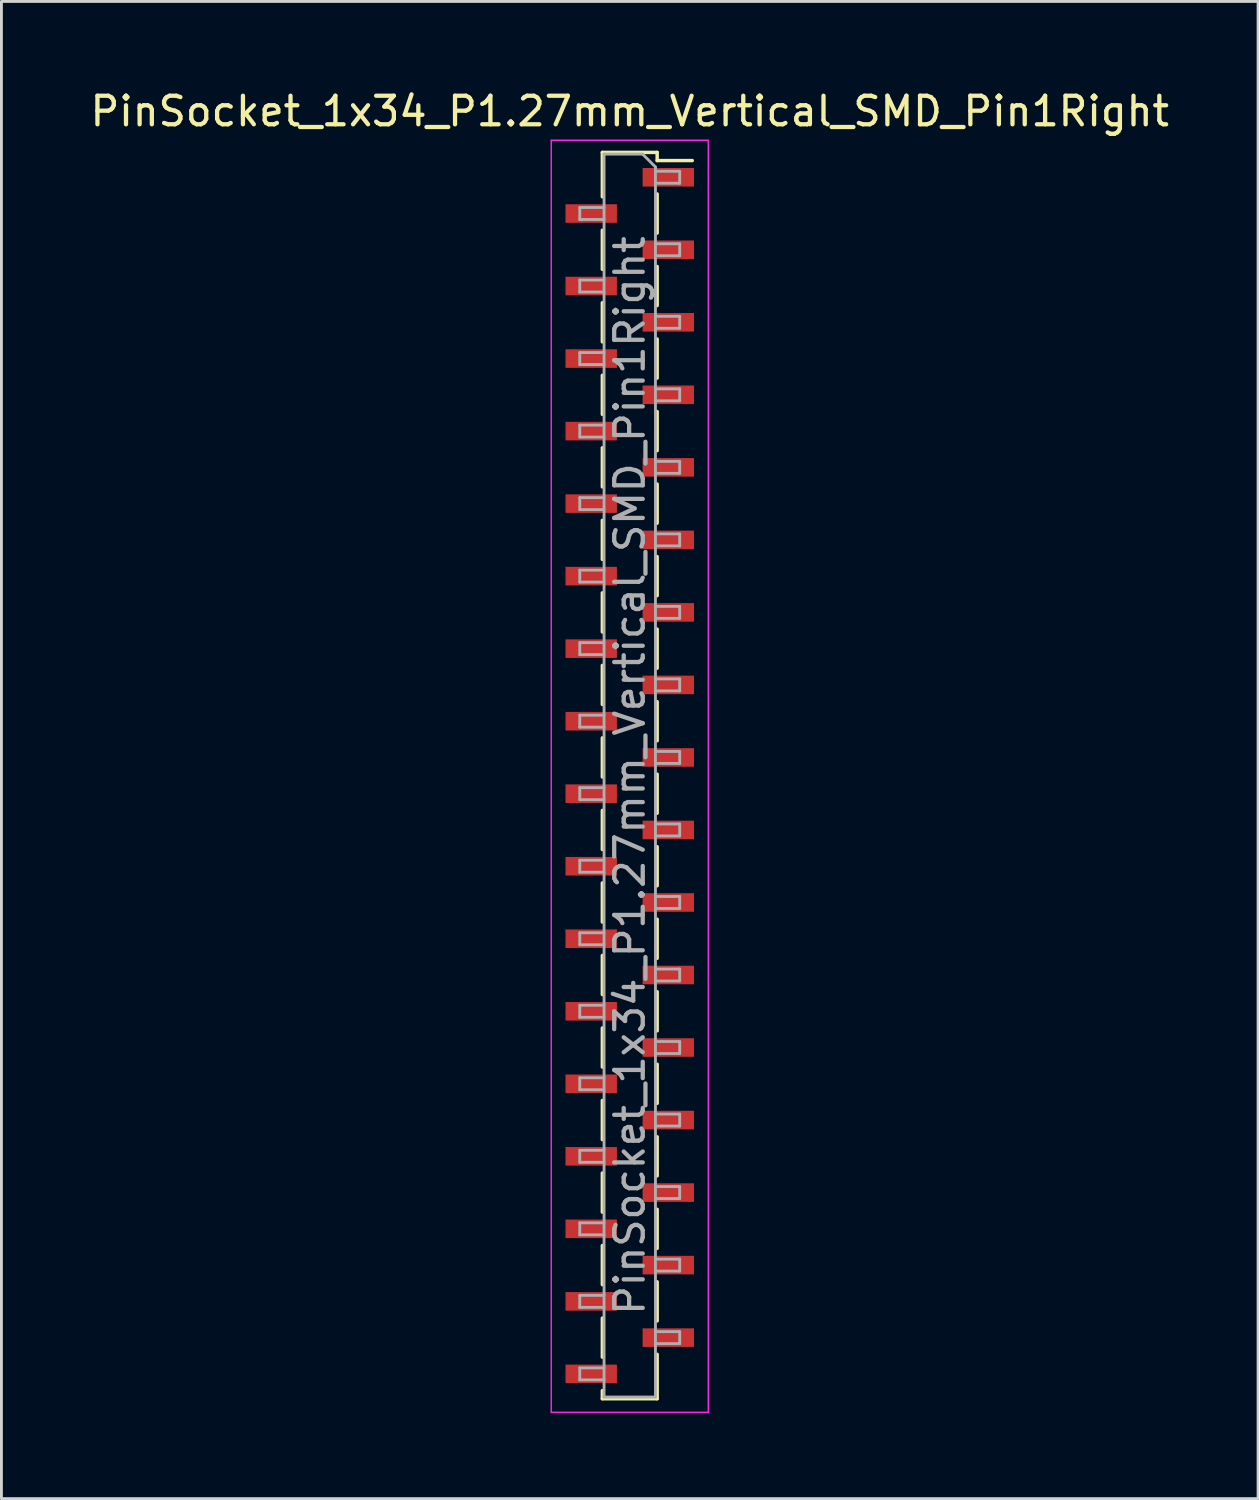
<source format=kicad_pcb>
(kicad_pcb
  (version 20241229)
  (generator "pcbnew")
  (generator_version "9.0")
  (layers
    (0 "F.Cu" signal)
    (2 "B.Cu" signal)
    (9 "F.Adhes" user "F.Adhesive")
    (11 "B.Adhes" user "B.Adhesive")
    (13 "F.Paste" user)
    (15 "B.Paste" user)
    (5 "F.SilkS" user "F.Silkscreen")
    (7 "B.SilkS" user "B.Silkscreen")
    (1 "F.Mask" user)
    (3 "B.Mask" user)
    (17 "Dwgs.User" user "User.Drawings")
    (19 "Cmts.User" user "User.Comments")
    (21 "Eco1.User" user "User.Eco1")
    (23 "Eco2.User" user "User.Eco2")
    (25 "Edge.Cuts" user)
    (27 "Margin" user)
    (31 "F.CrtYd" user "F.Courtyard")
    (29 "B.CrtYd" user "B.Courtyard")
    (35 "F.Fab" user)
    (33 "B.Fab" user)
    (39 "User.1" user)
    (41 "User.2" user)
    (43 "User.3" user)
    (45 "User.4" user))
  (footprint "PinSocket_1x34_P1.27mm_Vertical_SMD_Pin1Right"
    (layer "F.Cu")
    (at 19.006 24.113)
    (property "Reference" "PinSocket_1x34_P1.27mm_Vertical_SMD_Pin1Right" (at 0 -23.265 0) (layer "F.SilkS") (effects (font (size 1 1) (thickness 0.15))))
    (attr smd)
    (fp_line (start -0.96 -21.825) (end -0.96 -20.27) (stroke (width 0.12) (type solid)) (layer "F.SilkS"))
    (fp_line (start -0.96 -21.825) (end 0.96 -21.825) (stroke (width 0.12) (type solid)) (layer "F.SilkS"))
    (fp_line (start -0.96 -19.1) (end -0.96 -17.73) (stroke (width 0.12) (type solid)) (layer "F.SilkS"))
    (fp_line (start -0.96 -16.56) (end -0.96 -15.19) (stroke (width 0.12) (type solid)) (layer "F.SilkS"))
    (fp_line (start -0.96 -14.02) (end -0.96 -12.65) (stroke (width 0.12) (type solid)) (layer "F.SilkS"))
    (fp_line (start -0.96 -11.48) (end -0.96 -10.11) (stroke (width 0.12) (type solid)) (layer "F.SilkS"))
    (fp_line (start -0.96 -8.94) (end -0.96 -7.57) (stroke (width 0.12) (type solid)) (layer "F.SilkS"))
    (fp_line (start -0.96 -6.4) (end -0.96 -5.03) (stroke (width 0.12) (type solid)) (layer "F.SilkS"))
    (fp_line (start -0.96 -3.86) (end -0.96 -2.49) (stroke (width 0.12) (type solid)) (layer "F.SilkS"))
    (fp_line (start -0.96 -1.32) (end -0.96 0.05) (stroke (width 0.12) (type solid)) (layer "F.SilkS"))
    (fp_line (start -0.96 1.22) (end -0.96 2.59) (stroke (width 0.12) (type solid)) (layer "F.SilkS"))
    (fp_line (start -0.96 3.76) (end -0.96 5.13) (stroke (width 0.12) (type solid)) (layer "F.SilkS"))
    (fp_line (start -0.96 6.3) (end -0.96 7.67) (stroke (width 0.12) (type solid)) (layer "F.SilkS"))
    (fp_line (start -0.96 8.84) (end -0.96 10.21) (stroke (width 0.12) (type solid)) (layer "F.SilkS"))
    (fp_line (start -0.96 11.38) (end -0.96 12.75) (stroke (width 0.12) (type solid)) (layer "F.SilkS"))
    (fp_line (start -0.96 13.92) (end -0.96 15.29) (stroke (width 0.12) (type solid)) (layer "F.SilkS"))
    (fp_line (start -0.96 16.46) (end -0.96 17.83) (stroke (width 0.12) (type solid)) (layer "F.SilkS"))
    (fp_line (start -0.96 19) (end -0.96 20.37) (stroke (width 0.12) (type solid)) (layer "F.SilkS"))
    (fp_line (start -0.96 21.54) (end -0.96 21.825) (stroke (width 0.12) (type solid)) (layer "F.SilkS"))
    (fp_line (start -0.96 21.825) (end 0.96 21.825) (stroke (width 0.12) (type solid)) (layer "F.SilkS"))
    (fp_line (start 0.96 -21.825) (end 0.96 -21.54) (stroke (width 0.12) (type solid)) (layer "F.SilkS"))
    (fp_line (start 0.96 -21.54) (end 2.19 -21.54) (stroke (width 0.12) (type solid)) (layer "F.SilkS"))
    (fp_line (start 0.96 -20.37) (end 0.96 -19) (stroke (width 0.12) (type solid)) (layer "F.SilkS"))
    (fp_line (start 0.96 -17.83) (end 0.96 -16.46) (stroke (width 0.12) (type solid)) (layer "F.SilkS"))
    (fp_line (start 0.96 -15.29) (end 0.96 -13.92) (stroke (width 0.12) (type solid)) (layer "F.SilkS"))
    (fp_line (start 0.96 -12.75) (end 0.96 -11.38) (stroke (width 0.12) (type solid)) (layer "F.SilkS"))
    (fp_line (start 0.96 -10.21) (end 0.96 -8.84) (stroke (width 0.12) (type solid)) (layer "F.SilkS"))
    (fp_line (start 0.96 -7.67) (end 0.96 -6.3) (stroke (width 0.12) (type solid)) (layer "F.SilkS"))
    (fp_line (start 0.96 -5.13) (end 0.96 -3.76) (stroke (width 0.12) (type solid)) (layer "F.SilkS"))
    (fp_line (start 0.96 -2.59) (end 0.96 -1.22) (stroke (width 0.12) (type solid)) (layer "F.SilkS"))
    (fp_line (start 0.96 -0.05) (end 0.96 1.32) (stroke (width 0.12) (type solid)) (layer "F.SilkS"))
    (fp_line (start 0.96 2.49) (end 0.96 3.86) (stroke (width 0.12) (type solid)) (layer "F.SilkS"))
    (fp_line (start 0.96 5.03) (end 0.96 6.4) (stroke (width 0.12) (type solid)) (layer "F.SilkS"))
    (fp_line (start 0.96 7.57) (end 0.96 8.94) (stroke (width 0.12) (type solid)) (layer "F.SilkS"))
    (fp_line (start 0.96 10.11) (end 0.96 11.48) (stroke (width 0.12) (type solid)) (layer "F.SilkS"))
    (fp_line (start 0.96 12.65) (end 0.96 14.02) (stroke (width 0.12) (type solid)) (layer "F.SilkS"))
    (fp_line (start 0.96 15.19) (end 0.96 16.56) (stroke (width 0.12) (type solid)) (layer "F.SilkS"))
    (fp_line (start 0.96 17.73) (end 0.96 19.1) (stroke (width 0.12) (type solid)) (layer "F.SilkS"))
    (fp_line (start 0.96 20.27) (end 0.96 21.825) (stroke (width 0.12) (type solid)) (layer "F.SilkS"))
    (fp_line (start -2.75 -22.25) (end 2.75 -22.25) (stroke (width 0.05) (type solid)) (layer "F.CrtYd"))
    (fp_line (start -2.75 22.3) (end -2.75 -22.25) (stroke (width 0.05) (type solid)) (layer "F.CrtYd"))
    (fp_line (start 2.75 -22.25) (end 2.75 22.3) (stroke (width 0.05) (type solid)) (layer "F.CrtYd"))
    (fp_line (start 2.75 22.3) (end -2.75 22.3) (stroke (width 0.05) (type solid)) (layer "F.CrtYd"))
    (fp_line (start -1.75 -19.895) (end -0.9 -19.895) (stroke (width 0.1) (type solid)) (layer "F.Fab"))
    (fp_line (start -1.75 -19.475) (end -1.75 -19.895) (stroke (width 0.1) (type solid)) (layer "F.Fab"))
    (fp_line (start -1.75 -17.355) (end -0.9 -17.355) (stroke (width 0.1) (type solid)) (layer "F.Fab"))
    (fp_line (start -1.75 -16.935) (end -1.75 -17.355) (stroke (width 0.1) (type solid)) (layer "F.Fab"))
    (fp_line (start -1.75 -14.815) (end -0.9 -14.815) (stroke (width 0.1) (type solid)) (layer "F.Fab"))
    (fp_line (start -1.75 -14.395) (end -1.75 -14.815) (stroke (width 0.1) (type solid)) (layer "F.Fab"))
    (fp_line (start -1.75 -12.275) (end -0.9 -12.275) (stroke (width 0.1) (type solid)) (layer "F.Fab"))
    (fp_line (start -1.75 -11.855) (end -1.75 -12.275) (stroke (width 0.1) (type solid)) (layer "F.Fab"))
    (fp_line (start -1.75 -9.735) (end -0.9 -9.735) (stroke (width 0.1) (type solid)) (layer "F.Fab"))
    (fp_line (start -1.75 -9.315) (end -1.75 -9.735) (stroke (width 0.1) (type solid)) (layer "F.Fab"))
    (fp_line (start -1.75 -7.195) (end -0.9 -7.195) (stroke (width 0.1) (type solid)) (layer "F.Fab"))
    (fp_line (start -1.75 -6.775) (end -1.75 -7.195) (stroke (width 0.1) (type solid)) (layer "F.Fab"))
    (fp_line (start -1.75 -4.655) (end -0.9 -4.655) (stroke (width 0.1) (type solid)) (layer "F.Fab"))
    (fp_line (start -1.75 -4.235) (end -1.75 -4.655) (stroke (width 0.1) (type solid)) (layer "F.Fab"))
    (fp_line (start -1.75 -2.115) (end -0.9 -2.115) (stroke (width 0.1) (type solid)) (layer "F.Fab"))
    (fp_line (start -1.75 -1.695) (end -1.75 -2.115) (stroke (width 0.1) (type solid)) (layer "F.Fab"))
    (fp_line (start -1.75 0.425) (end -0.9 0.425) (stroke (width 0.1) (type solid)) (layer "F.Fab"))
    (fp_line (start -1.75 0.845) (end -1.75 0.425) (stroke (width 0.1) (type solid)) (layer "F.Fab"))
    (fp_line (start -1.75 2.965) (end -0.9 2.965) (stroke (width 0.1) (type solid)) (layer "F.Fab"))
    (fp_line (start -1.75 3.385) (end -1.75 2.965) (stroke (width 0.1) (type solid)) (layer "F.Fab"))
    (fp_line (start -1.75 5.505) (end -0.9 5.505) (stroke (width 0.1) (type solid)) (layer "F.Fab"))
    (fp_line (start -1.75 5.925) (end -1.75 5.505) (stroke (width 0.1) (type solid)) (layer "F.Fab"))
    (fp_line (start -1.75 8.045) (end -0.9 8.045) (stroke (width 0.1) (type solid)) (layer "F.Fab"))
    (fp_line (start -1.75 8.465) (end -1.75 8.045) (stroke (width 0.1) (type solid)) (layer "F.Fab"))
    (fp_line (start -1.75 10.585) (end -0.9 10.585) (stroke (width 0.1) (type solid)) (layer "F.Fab"))
    (fp_line (start -1.75 11.005) (end -1.75 10.585) (stroke (width 0.1) (type solid)) (layer "F.Fab"))
    (fp_line (start -1.75 13.125) (end -0.9 13.125) (stroke (width 0.1) (type solid)) (layer "F.Fab"))
    (fp_line (start -1.75 13.545) (end -1.75 13.125) (stroke (width 0.1) (type solid)) (layer "F.Fab"))
    (fp_line (start -1.75 15.665) (end -0.9 15.665) (stroke (width 0.1) (type solid)) (layer "F.Fab"))
    (fp_line (start -1.75 16.085) (end -1.75 15.665) (stroke (width 0.1) (type solid)) (layer "F.Fab"))
    (fp_line (start -1.75 18.205) (end -0.9 18.205) (stroke (width 0.1) (type solid)) (layer "F.Fab"))
    (fp_line (start -1.75 18.625) (end -1.75 18.205) (stroke (width 0.1) (type solid)) (layer "F.Fab"))
    (fp_line (start -1.75 20.745) (end -0.9 20.745) (stroke (width 0.1) (type solid)) (layer "F.Fab"))
    (fp_line (start -1.75 21.165) (end -1.75 20.745) (stroke (width 0.1) (type solid)) (layer "F.Fab"))
    (fp_line (start -0.9 -21.765) (end 0.45 -21.765) (stroke (width 0.1) (type solid)) (layer "F.Fab"))
    (fp_line (start -0.9 -19.475) (end -1.75 -19.475) (stroke (width 0.1) (type solid)) (layer "F.Fab"))
    (fp_line (start -0.9 -16.935) (end -1.75 -16.935) (stroke (width 0.1) (type solid)) (layer "F.Fab"))
    (fp_line (start -0.9 -14.395) (end -1.75 -14.395) (stroke (width 0.1) (type solid)) (layer "F.Fab"))
    (fp_line (start -0.9 -11.855) (end -1.75 -11.855) (stroke (width 0.1) (type solid)) (layer "F.Fab"))
    (fp_line (start -0.9 -9.315) (end -1.75 -9.315) (stroke (width 0.1) (type solid)) (layer "F.Fab"))
    (fp_line (start -0.9 -6.775) (end -1.75 -6.775) (stroke (width 0.1) (type solid)) (layer "F.Fab"))
    (fp_line (start -0.9 -4.235) (end -1.75 -4.235) (stroke (width 0.1) (type solid)) (layer "F.Fab"))
    (fp_line (start -0.9 -1.695) (end -1.75 -1.695) (stroke (width 0.1) (type solid)) (layer "F.Fab"))
    (fp_line (start -0.9 0.845) (end -1.75 0.845) (stroke (width 0.1) (type solid)) (layer "F.Fab"))
    (fp_line (start -0.9 3.385) (end -1.75 3.385) (stroke (width 0.1) (type solid)) (layer "F.Fab"))
    (fp_line (start -0.9 5.925) (end -1.75 5.925) (stroke (width 0.1) (type solid)) (layer "F.Fab"))
    (fp_line (start -0.9 8.465) (end -1.75 8.465) (stroke (width 0.1) (type solid)) (layer "F.Fab"))
    (fp_line (start -0.9 11.005) (end -1.75 11.005) (stroke (width 0.1) (type solid)) (layer "F.Fab"))
    (fp_line (start -0.9 13.545) (end -1.75 13.545) (stroke (width 0.1) (type solid)) (layer "F.Fab"))
    (fp_line (start -0.9 16.085) (end -1.75 16.085) (stroke (width 0.1) (type solid)) (layer "F.Fab"))
    (fp_line (start -0.9 18.625) (end -1.75 18.625) (stroke (width 0.1) (type solid)) (layer "F.Fab"))
    (fp_line (start -0.9 21.165) (end -1.75 21.165) (stroke (width 0.1) (type solid)) (layer "F.Fab"))
    (fp_line (start -0.9 21.765) (end -0.9 -21.765) (stroke (width 0.1) (type solid)) (layer "F.Fab"))
    (fp_line (start 0.45 -21.765) (end 0.9 -21.315) (stroke (width 0.1) (type solid)) (layer "F.Fab"))
    (fp_line (start 0.9 -21.315) (end 0.9 21.765) (stroke (width 0.1) (type solid)) (layer "F.Fab"))
    (fp_line (start 0.9 -21.165) (end 1.75 -21.165) (stroke (width 0.1) (type solid)) (layer "F.Fab"))
    (fp_line (start 0.9 -18.625) (end 1.75 -18.625) (stroke (width 0.1) (type solid)) (layer "F.Fab"))
    (fp_line (start 0.9 -16.085) (end 1.75 -16.085) (stroke (width 0.1) (type solid)) (layer "F.Fab"))
    (fp_line (start 0.9 -13.545) (end 1.75 -13.545) (stroke (width 0.1) (type solid)) (layer "F.Fab"))
    (fp_line (start 0.9 -11.005) (end 1.75 -11.005) (stroke (width 0.1) (type solid)) (layer "F.Fab"))
    (fp_line (start 0.9 -8.465) (end 1.75 -8.465) (stroke (width 0.1) (type solid)) (layer "F.Fab"))
    (fp_line (start 0.9 -5.925) (end 1.75 -5.925) (stroke (width 0.1) (type solid)) (layer "F.Fab"))
    (fp_line (start 0.9 -3.385) (end 1.75 -3.385) (stroke (width 0.1) (type solid)) (layer "F.Fab"))
    (fp_line (start 0.9 -0.845) (end 1.75 -0.845) (stroke (width 0.1) (type solid)) (layer "F.Fab"))
    (fp_line (start 0.9 1.695) (end 1.75 1.695) (stroke (width 0.1) (type solid)) (layer "F.Fab"))
    (fp_line (start 0.9 4.235) (end 1.75 4.235) (stroke (width 0.1) (type solid)) (layer "F.Fab"))
    (fp_line (start 0.9 6.775) (end 1.75 6.775) (stroke (width 0.1) (type solid)) (layer "F.Fab"))
    (fp_line (start 0.9 9.315) (end 1.75 9.315) (stroke (width 0.1) (type solid)) (layer "F.Fab"))
    (fp_line (start 0.9 11.855) (end 1.75 11.855) (stroke (width 0.1) (type solid)) (layer "F.Fab"))
    (fp_line (start 0.9 14.395) (end 1.75 14.395) (stroke (width 0.1) (type solid)) (layer "F.Fab"))
    (fp_line (start 0.9 16.935) (end 1.75 16.935) (stroke (width 0.1) (type solid)) (layer "F.Fab"))
    (fp_line (start 0.9 19.475) (end 1.75 19.475) (stroke (width 0.1) (type solid)) (layer "F.Fab"))
    (fp_line (start 0.9 21.765) (end -0.9 21.765) (stroke (width 0.1) (type solid)) (layer "F.Fab"))
    (fp_line (start 1.75 -21.165) (end 1.75 -20.745) (stroke (width 0.1) (type solid)) (layer "F.Fab"))
    (fp_line (start 1.75 -20.745) (end 0.9 -20.745) (stroke (width 0.1) (type solid)) (layer "F.Fab"))
    (fp_line (start 1.75 -18.625) (end 1.75 -18.205) (stroke (width 0.1) (type solid)) (layer "F.Fab"))
    (fp_line (start 1.75 -18.205) (end 0.9 -18.205) (stroke (width 0.1) (type solid)) (layer "F.Fab"))
    (fp_line (start 1.75 -16.085) (end 1.75 -15.665) (stroke (width 0.1) (type solid)) (layer "F.Fab"))
    (fp_line (start 1.75 -15.665) (end 0.9 -15.665) (stroke (width 0.1) (type solid)) (layer "F.Fab"))
    (fp_line (start 1.75 -13.545) (end 1.75 -13.125) (stroke (width 0.1) (type solid)) (layer "F.Fab"))
    (fp_line (start 1.75 -13.125) (end 0.9 -13.125) (stroke (width 0.1) (type solid)) (layer "F.Fab"))
    (fp_line (start 1.75 -11.005) (end 1.75 -10.585) (stroke (width 0.1) (type solid)) (layer "F.Fab"))
    (fp_line (start 1.75 -10.585) (end 0.9 -10.585) (stroke (width 0.1) (type solid)) (layer "F.Fab"))
    (fp_line (start 1.75 -8.465) (end 1.75 -8.045) (stroke (width 0.1) (type solid)) (layer "F.Fab"))
    (fp_line (start 1.75 -8.045) (end 0.9 -8.045) (stroke (width 0.1) (type solid)) (layer "F.Fab"))
    (fp_line (start 1.75 -5.925) (end 1.75 -5.505) (stroke (width 0.1) (type solid)) (layer "F.Fab"))
    (fp_line (start 1.75 -5.505) (end 0.9 -5.505) (stroke (width 0.1) (type solid)) (layer "F.Fab"))
    (fp_line (start 1.75 -3.385) (end 1.75 -2.965) (stroke (width 0.1) (type solid)) (layer "F.Fab"))
    (fp_line (start 1.75 -2.965) (end 0.9 -2.965) (stroke (width 0.1) (type solid)) (layer "F.Fab"))
    (fp_line (start 1.75 -0.845) (end 1.75 -0.425) (stroke (width 0.1) (type solid)) (layer "F.Fab"))
    (fp_line (start 1.75 -0.425) (end 0.9 -0.425) (stroke (width 0.1) (type solid)) (layer "F.Fab"))
    (fp_line (start 1.75 1.695) (end 1.75 2.115) (stroke (width 0.1) (type solid)) (layer "F.Fab"))
    (fp_line (start 1.75 2.115) (end 0.9 2.115) (stroke (width 0.1) (type solid)) (layer "F.Fab"))
    (fp_line (start 1.75 4.235) (end 1.75 4.655) (stroke (width 0.1) (type solid)) (layer "F.Fab"))
    (fp_line (start 1.75 4.655) (end 0.9 4.655) (stroke (width 0.1) (type solid)) (layer "F.Fab"))
    (fp_line (start 1.75 6.775) (end 1.75 7.195) (stroke (width 0.1) (type solid)) (layer "F.Fab"))
    (fp_line (start 1.75 7.195) (end 0.9 7.195) (stroke (width 0.1) (type solid)) (layer "F.Fab"))
    (fp_line (start 1.75 9.315) (end 1.75 9.735) (stroke (width 0.1) (type solid)) (layer "F.Fab"))
    (fp_line (start 1.75 9.735) (end 0.9 9.735) (stroke (width 0.1) (type solid)) (layer "F.Fab"))
    (fp_line (start 1.75 11.855) (end 1.75 12.275) (stroke (width 0.1) (type solid)) (layer "F.Fab"))
    (fp_line (start 1.75 12.275) (end 0.9 12.275) (stroke (width 0.1) (type solid)) (layer "F.Fab"))
    (fp_line (start 1.75 14.395) (end 1.75 14.815) (stroke (width 0.1) (type solid)) (layer "F.Fab"))
    (fp_line (start 1.75 14.815) (end 0.9 14.815) (stroke (width 0.1) (type solid)) (layer "F.Fab"))
    (fp_line (start 1.75 16.935) (end 1.75 17.355) (stroke (width 0.1) (type solid)) (layer "F.Fab"))
    (fp_line (start 1.75 17.355) (end 0.9 17.355) (stroke (width 0.1) (type solid)) (layer "F.Fab"))
    (fp_line (start 1.75 19.475) (end 1.75 19.895) (stroke (width 0.1) (type solid)) (layer "F.Fab"))
    (fp_line (start 1.75 19.895) (end 0.9 19.895) (stroke (width 0.1) (type solid)) (layer "F.Fab"))
    (fp_text user "${REFERENCE}" (at 0 0 90) (layer "F.Fab") (effects (font (size 1 1) (thickness 0.15))))
    (pad "1" smd rect (at 1.35 -20.955) (size 1.8 0.65) (layers "F.Cu" "F.Mask" "F.Paste"))
    (pad "2" smd rect (at -1.35 -19.685) (size 1.8 0.65) (layers "F.Cu" "F.Mask" "F.Paste"))
    (pad "3" smd rect (at 1.35 -18.415) (size 1.8 0.65) (layers "F.Cu" "F.Mask" "F.Paste"))
    (pad "4" smd rect (at -1.35 -17.145) (size 1.8 0.65) (layers "F.Cu" "F.Mask" "F.Paste"))
    (pad "5" smd rect (at 1.35 -15.875) (size 1.8 0.65) (layers "F.Cu" "F.Mask" "F.Paste"))
    (pad "6" smd rect (at -1.35 -14.605) (size 1.8 0.65) (layers "F.Cu" "F.Mask" "F.Paste"))
    (pad "7" smd rect (at 1.35 -13.335) (size 1.8 0.65) (layers "F.Cu" "F.Mask" "F.Paste"))
    (pad "8" smd rect (at -1.35 -12.065) (size 1.8 0.65) (layers "F.Cu" "F.Mask" "F.Paste"))
    (pad "9" smd rect (at 1.35 -10.795) (size 1.8 0.65) (layers "F.Cu" "F.Mask" "F.Paste"))
    (pad "10" smd rect (at -1.35 -9.525) (size 1.8 0.65) (layers "F.Cu" "F.Mask" "F.Paste"))
    (pad "11" smd rect (at 1.35 -8.255) (size 1.8 0.65) (layers "F.Cu" "F.Mask" "F.Paste"))
    (pad "12" smd rect (at -1.35 -6.985) (size 1.8 0.65) (layers "F.Cu" "F.Mask" "F.Paste"))
    (pad "13" smd rect (at 1.35 -5.715) (size 1.8 0.65) (layers "F.Cu" "F.Mask" "F.Paste"))
    (pad "14" smd rect (at -1.35 -4.445) (size 1.8 0.65) (layers "F.Cu" "F.Mask" "F.Paste"))
    (pad "15" smd rect (at 1.35 -3.175) (size 1.8 0.65) (layers "F.Cu" "F.Mask" "F.Paste"))
    (pad "16" smd rect (at -1.35 -1.905) (size 1.8 0.65) (layers "F.Cu" "F.Mask" "F.Paste"))
    (pad "17" smd rect (at 1.35 -0.635) (size 1.8 0.65) (layers "F.Cu" "F.Mask" "F.Paste"))
    (pad "18" smd rect (at -1.35 0.635) (size 1.8 0.65) (layers "F.Cu" "F.Mask" "F.Paste"))
    (pad "19" smd rect (at 1.35 1.905) (size 1.8 0.65) (layers "F.Cu" "F.Mask" "F.Paste"))
    (pad "20" smd rect (at -1.35 3.175) (size 1.8 0.65) (layers "F.Cu" "F.Mask" "F.Paste"))
    (pad "21" smd rect (at 1.35 4.445) (size 1.8 0.65) (layers "F.Cu" "F.Mask" "F.Paste"))
    (pad "22" smd rect (at -1.35 5.715) (size 1.8 0.65) (layers "F.Cu" "F.Mask" "F.Paste"))
    (pad "23" smd rect (at 1.35 6.985) (size 1.8 0.65) (layers "F.Cu" "F.Mask" "F.Paste"))
    (pad "24" smd rect (at -1.35 8.255) (size 1.8 0.65) (layers "F.Cu" "F.Mask" "F.Paste"))
    (pad "25" smd rect (at 1.35 9.525) (size 1.8 0.65) (layers "F.Cu" "F.Mask" "F.Paste"))
    (pad "26" smd rect (at -1.35 10.795) (size 1.8 0.65) (layers "F.Cu" "F.Mask" "F.Paste"))
    (pad "27" smd rect (at 1.35 12.065) (size 1.8 0.65) (layers "F.Cu" "F.Mask" "F.Paste"))
    (pad "28" smd rect (at -1.35 13.335) (size 1.8 0.65) (layers "F.Cu" "F.Mask" "F.Paste"))
    (pad "29" smd rect (at 1.35 14.605) (size 1.8 0.65) (layers "F.Cu" "F.Mask" "F.Paste"))
    (pad "30" smd rect (at -1.35 15.875) (size 1.8 0.65) (layers "F.Cu" "F.Mask" "F.Paste"))
    (pad "31" smd rect (at 1.35 17.145) (size 1.8 0.65) (layers "F.Cu" "F.Mask" "F.Paste"))
    (pad "32" smd rect (at -1.35 18.415) (size 1.8 0.65) (layers "F.Cu" "F.Mask" "F.Paste"))
    (pad "33" smd rect (at 1.35 19.685) (size 1.8 0.65) (layers "F.Cu" "F.Mask" "F.Paste"))
    (pad "34" smd rect (at -1.35 20.955) (size 1.8 0.65) (layers "F.Cu" "F.Mask" "F.Paste")))
  (gr_rect
    (start -3 -3)
    (end 41.012 49.438)
    (stroke (width 0.1) (type default))
    (fill no)
    (layer "Edge.Cuts")))
</source>
